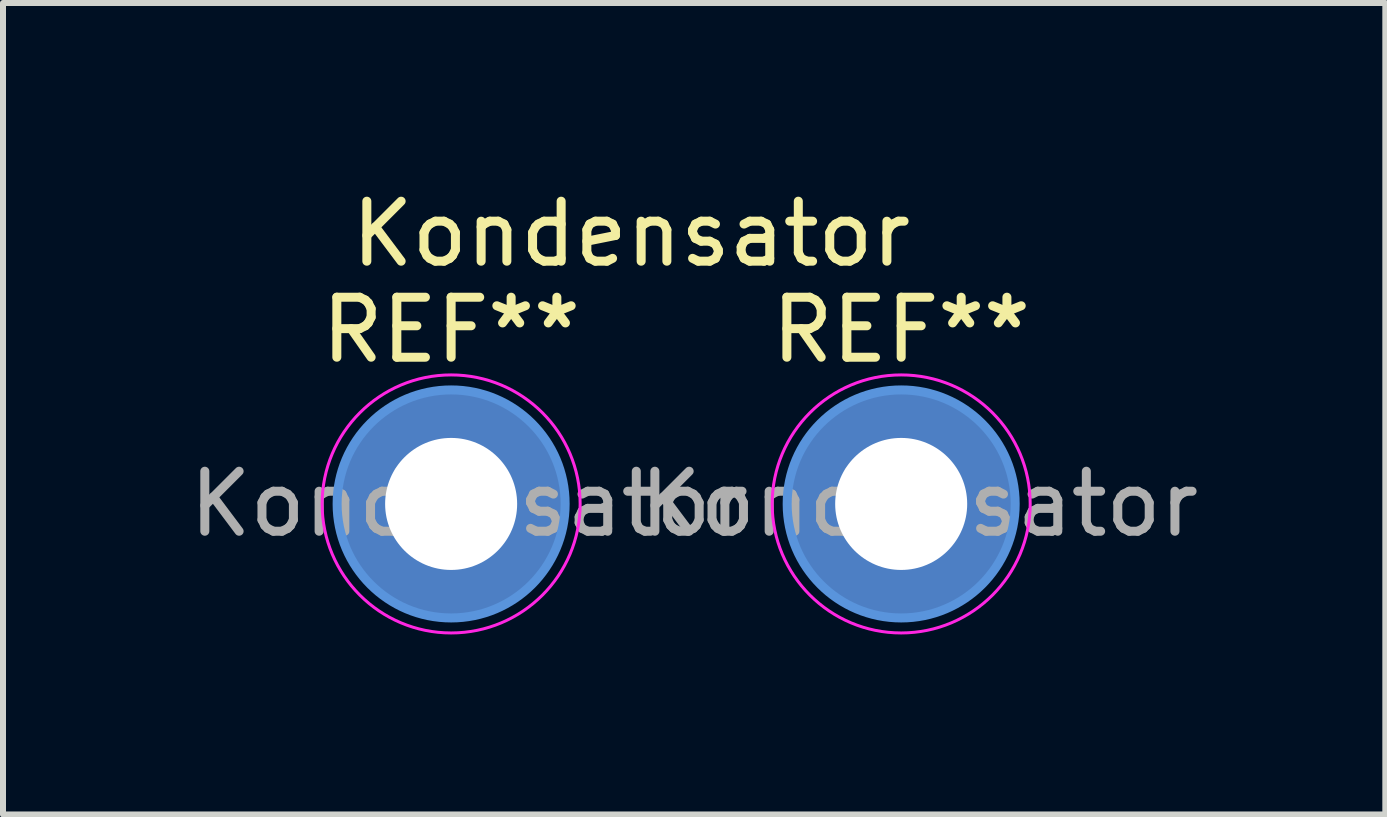
<source format=kicad_pcb>
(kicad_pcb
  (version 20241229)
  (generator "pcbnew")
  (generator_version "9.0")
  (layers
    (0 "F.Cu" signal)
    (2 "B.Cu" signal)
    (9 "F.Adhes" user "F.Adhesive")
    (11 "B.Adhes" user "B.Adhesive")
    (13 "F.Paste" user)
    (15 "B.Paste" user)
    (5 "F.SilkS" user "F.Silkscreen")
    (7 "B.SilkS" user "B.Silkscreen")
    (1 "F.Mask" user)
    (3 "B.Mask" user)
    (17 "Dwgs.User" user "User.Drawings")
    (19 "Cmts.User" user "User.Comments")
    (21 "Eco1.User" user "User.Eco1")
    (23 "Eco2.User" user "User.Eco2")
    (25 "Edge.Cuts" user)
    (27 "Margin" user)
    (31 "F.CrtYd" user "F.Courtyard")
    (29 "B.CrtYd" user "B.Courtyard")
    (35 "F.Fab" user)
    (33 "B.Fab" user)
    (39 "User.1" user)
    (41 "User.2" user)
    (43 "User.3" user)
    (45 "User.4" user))
  (footprint "Kondensator"
    (layer "F.Cu")
    (at 7.468 0.348)
    (property "Reference" "Kondensator" (at 0 0.5 0) (layer "F.SilkS") (effects (font (size 1 1) (thickness 0.15))))
    (attr through_hole)
    (fp_circle (center -3 5) (end -1.1 5) (stroke (width 0.15) (type solid)) (fill no) (layer "Cmts.User"))
    (fp_circle (center 4.5 5) (end 6.4 5) (stroke (width 0.15) (type solid)) (fill no) (layer "Cmts.User"))
    (fp_circle (center -3 5) (end -0.85 5) (stroke (width 0.05) (type solid)) (fill no) (layer "F.CrtYd"))
    (fp_circle (center 4.5 5) (end 6.65 5) (stroke (width 0.05) (type solid)) (fill no) (layer "F.CrtYd"))
    (fp_text user "REF**" (at 4.5 2.1 0) (layer "F.SilkS") (effects (font (size 1 1) (thickness 0.15))))
    (fp_text user "REF**" (at -3 2.1 0) (layer "F.SilkS") (effects (font (size 1 1) (thickness 0.15))))
    (fp_text user "${REFERENCE}" (at -2.7 5 0) (layer "F.Fab") (effects (font (size 1 1) (thickness 0.15))))
    (fp_text user "${REFERENCE}" (at 4.8 5 0) (layer "F.Fab") (effects (font (size 1 1) (thickness 0.15))))
    (pad "1" thru_hole circle (at -3 5) (size 3.8 3.8) (drill 2.2) (layers "*.Cu" "*.Mask"))
    (pad "2" thru_hole circle (at 4.5 5) (size 3.8 3.8) (drill 2.2) (layers "*.Cu" "*.Mask")))
  (gr_rect
    (start -3 -3)
    (end 20.036 10.523)
    (stroke (width 0.1) (type default))
    (fill no)
    (layer "Edge.Cuts")))
</source>
